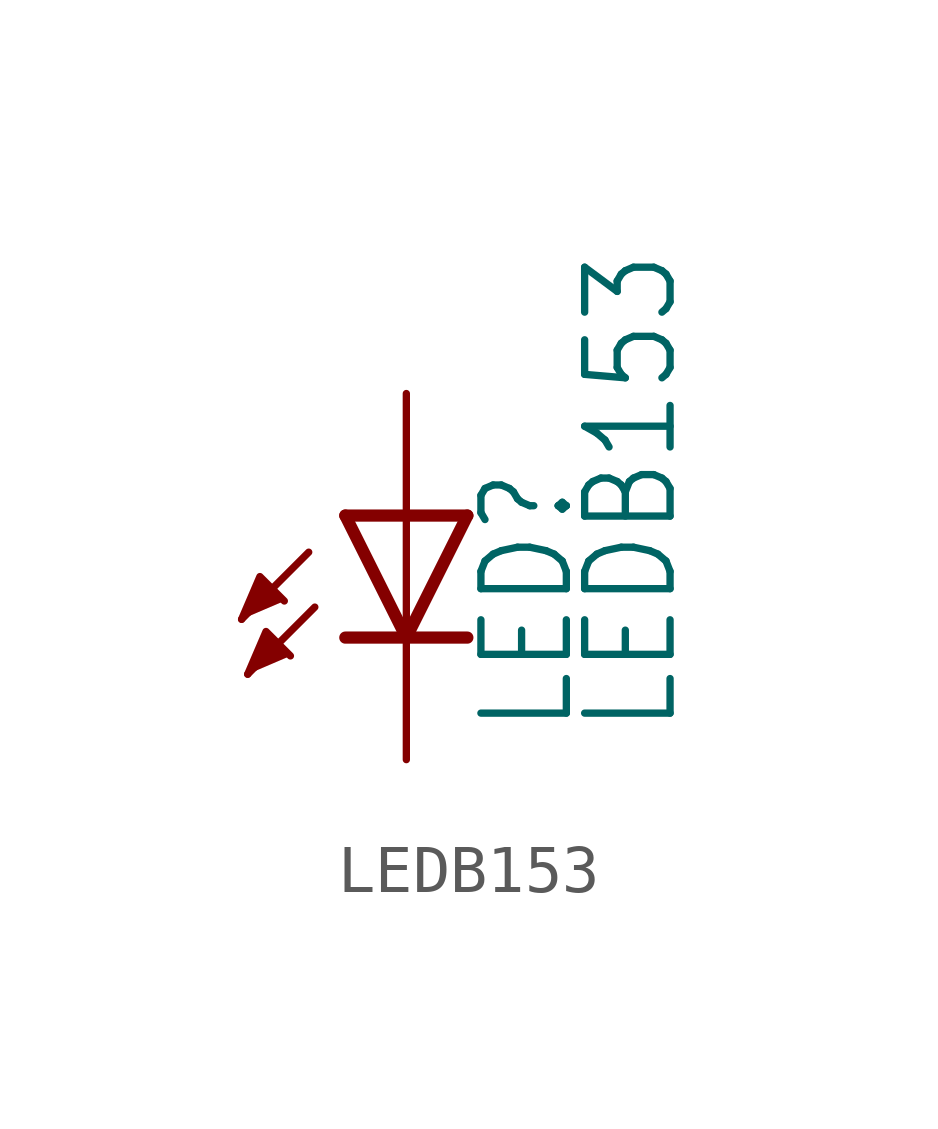
<source format=kicad_sym>
(kicad_symbol_lib
  (version 20201005)
  (generator kicad_symbol_editor)
  (symbol "LEDB153"
    (property "Reference" "LED"
      (at 3.556 -4.572 90)
      (effects (font (size 1.778 1.511)) (justify left bottom)))
    (property "Value" "LEDB153"
      (at 5.715 -4.572 90)
      (effects (font (size 1.778 1.511)) (justify left bottom)))
    (property "ki_locked" ""
      (at 0 0 0)
      (effects (font (size 1.27 1.27))))
    (symbol "LEDB153_1_0"
      (polyline (pts (xy 1.27 0) (xy 0 -2.54)) (stroke (width 0.254)) (fill (type none)))
      (polyline (pts (xy 0 -2.54) (xy -1.27 0)) (stroke (width 0.254)) (fill (type none)))
      (polyline (pts (xy 1.27 -2.54) (xy 0 -2.54)) (stroke (width 0.254)) (fill (type none)))
      (polyline (pts (xy 0 -2.54) (xy -1.27 -2.54)) (stroke (width 0.254)) (fill (type none)))
      (polyline (pts (xy 1.27 0) (xy 0 0)) (stroke (width 0.254)) (fill (type none)))
      (polyline (pts (xy 0 0) (xy -1.27 0)) (stroke (width 0.254)) (fill (type none)))
      (polyline (pts (xy 0 0) (xy 0 -2.54)) (stroke (width 0.152)) (fill (type none)))
      (polyline (pts (xy -2.032 -0.762) (xy -3.429 -2.159)) (stroke (width 0.152)) (fill (type none)))
      (polyline (pts (xy -1.905 -1.905) (xy -3.302 -3.302)) (stroke (width 0.152)) (fill (type none)))
      (polyline (pts (xy -3.429 -2.159) (xy -3.048 -1.27) (xy -2.54 -1.778)) (stroke (width 0)) (fill (type outline)))
      (polyline (pts (xy -3.302 -3.302) (xy -2.921 -2.413) (xy -2.413 -2.921)) (stroke (width 0)) (fill (type outline)))
      (pin passive line (at 0 -5.08 90) (length 2.54) (name "C" (effects (font (size 0 0)))) (number "K" (effects (font (size 0 0)))))
      (pin passive line (at 0 2.54 270) (length 2.54) (name "A" (effects (font (size 0 0)))) (number "A" (effects (font (size 0 0))))))))
</source>
